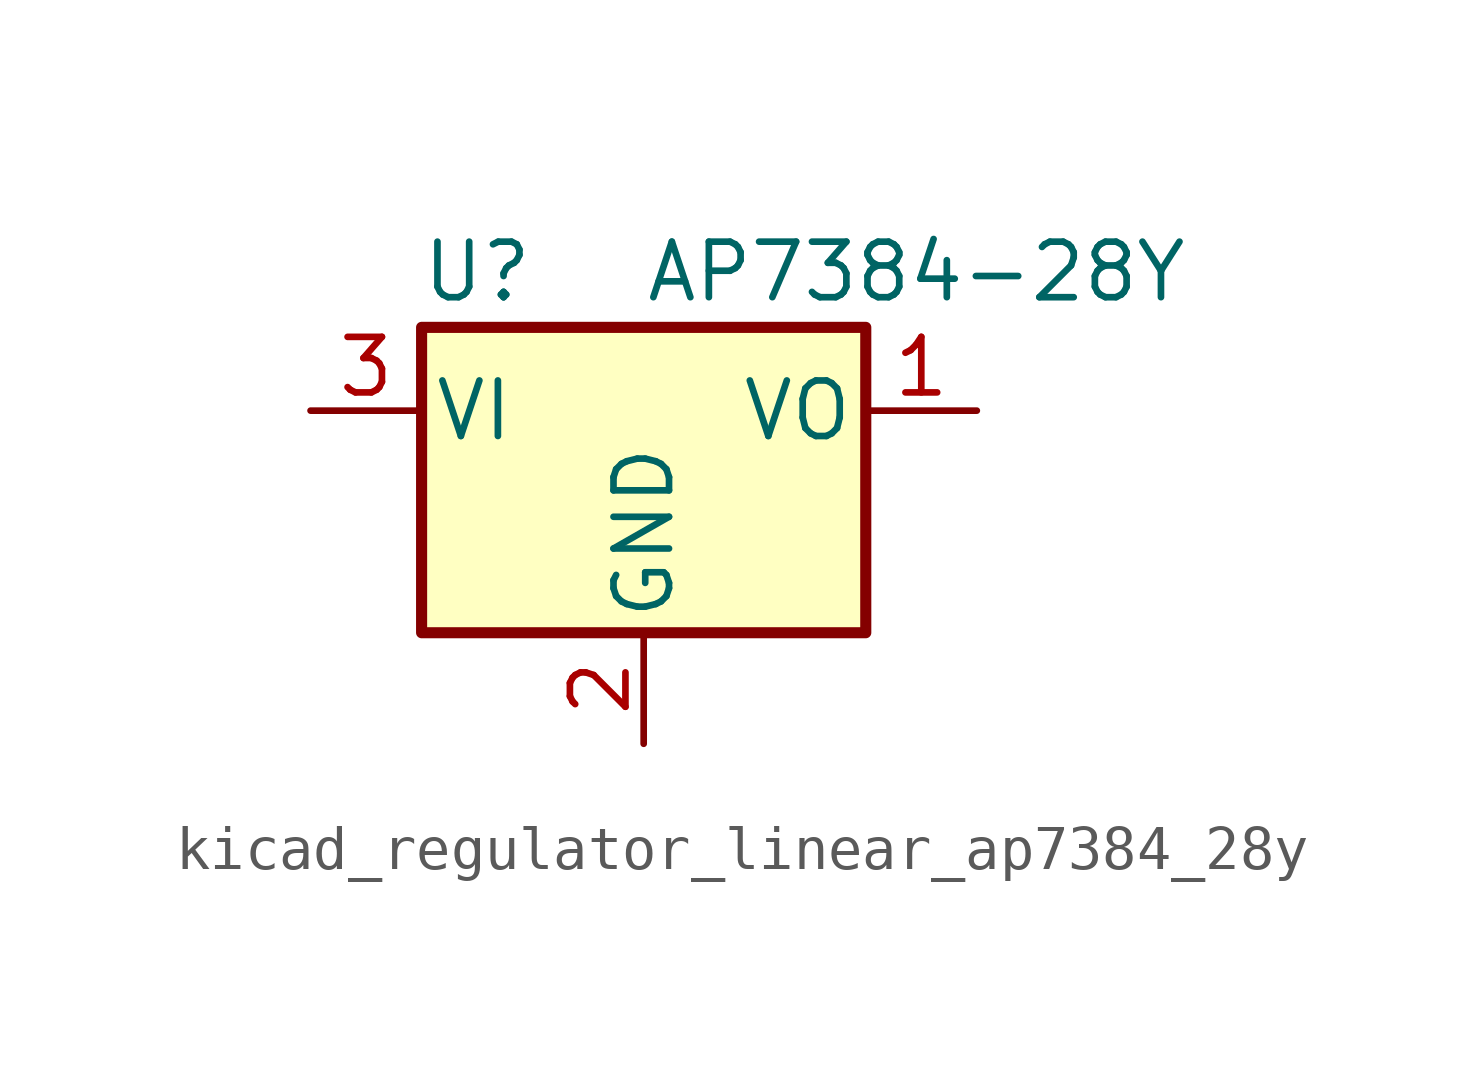
<source format=kicad_sym>
(kicad_symbol_lib
  (version 20220914)
  (generator kicad_symbol_editor)
  (symbol "kicad_regulator_linear_ap7384_28y"
    (pin_names
      (offset 0.254))
    (property "Reference" "U"
      (at -3.81 3.175 0)
      (effects (font (size 1.27 1.27))))
    (property "Value" "AP7384-28Y"
      (at 0 3.175 0)
      (effects (font (size 1.27 1.27)) (justify left)))
    (symbol "kicad_regulator_linear_ap7384_28y_0_1"
      (rectangle (start -5.08 1.905) (end 5.08 -5.08) (stroke (width 0.254) (type default)) (fill (type background))))
    (symbol "kicad_regulator_linear_ap7384_28y_1_1"
      (pin power_out line (at 7.62 0 180) (length 2.54) (name "VO" (effects (font (size 1.27 1.27)))) (number "1" (effects (font (size 1.27 1.27)))))
      (pin power_in line (at 0 -7.62 90) (length 2.54) (name "GND" (effects (font (size 1.27 1.27)))) (number "2" (effects (font (size 1.27 1.27)))))
      (pin power_in line (at -7.62 0 0) (length 2.54) (name "VI" (effects (font (size 1.27 1.27)))) (number "3" (effects (font (size 1.27 1.27))))))))
</source>
